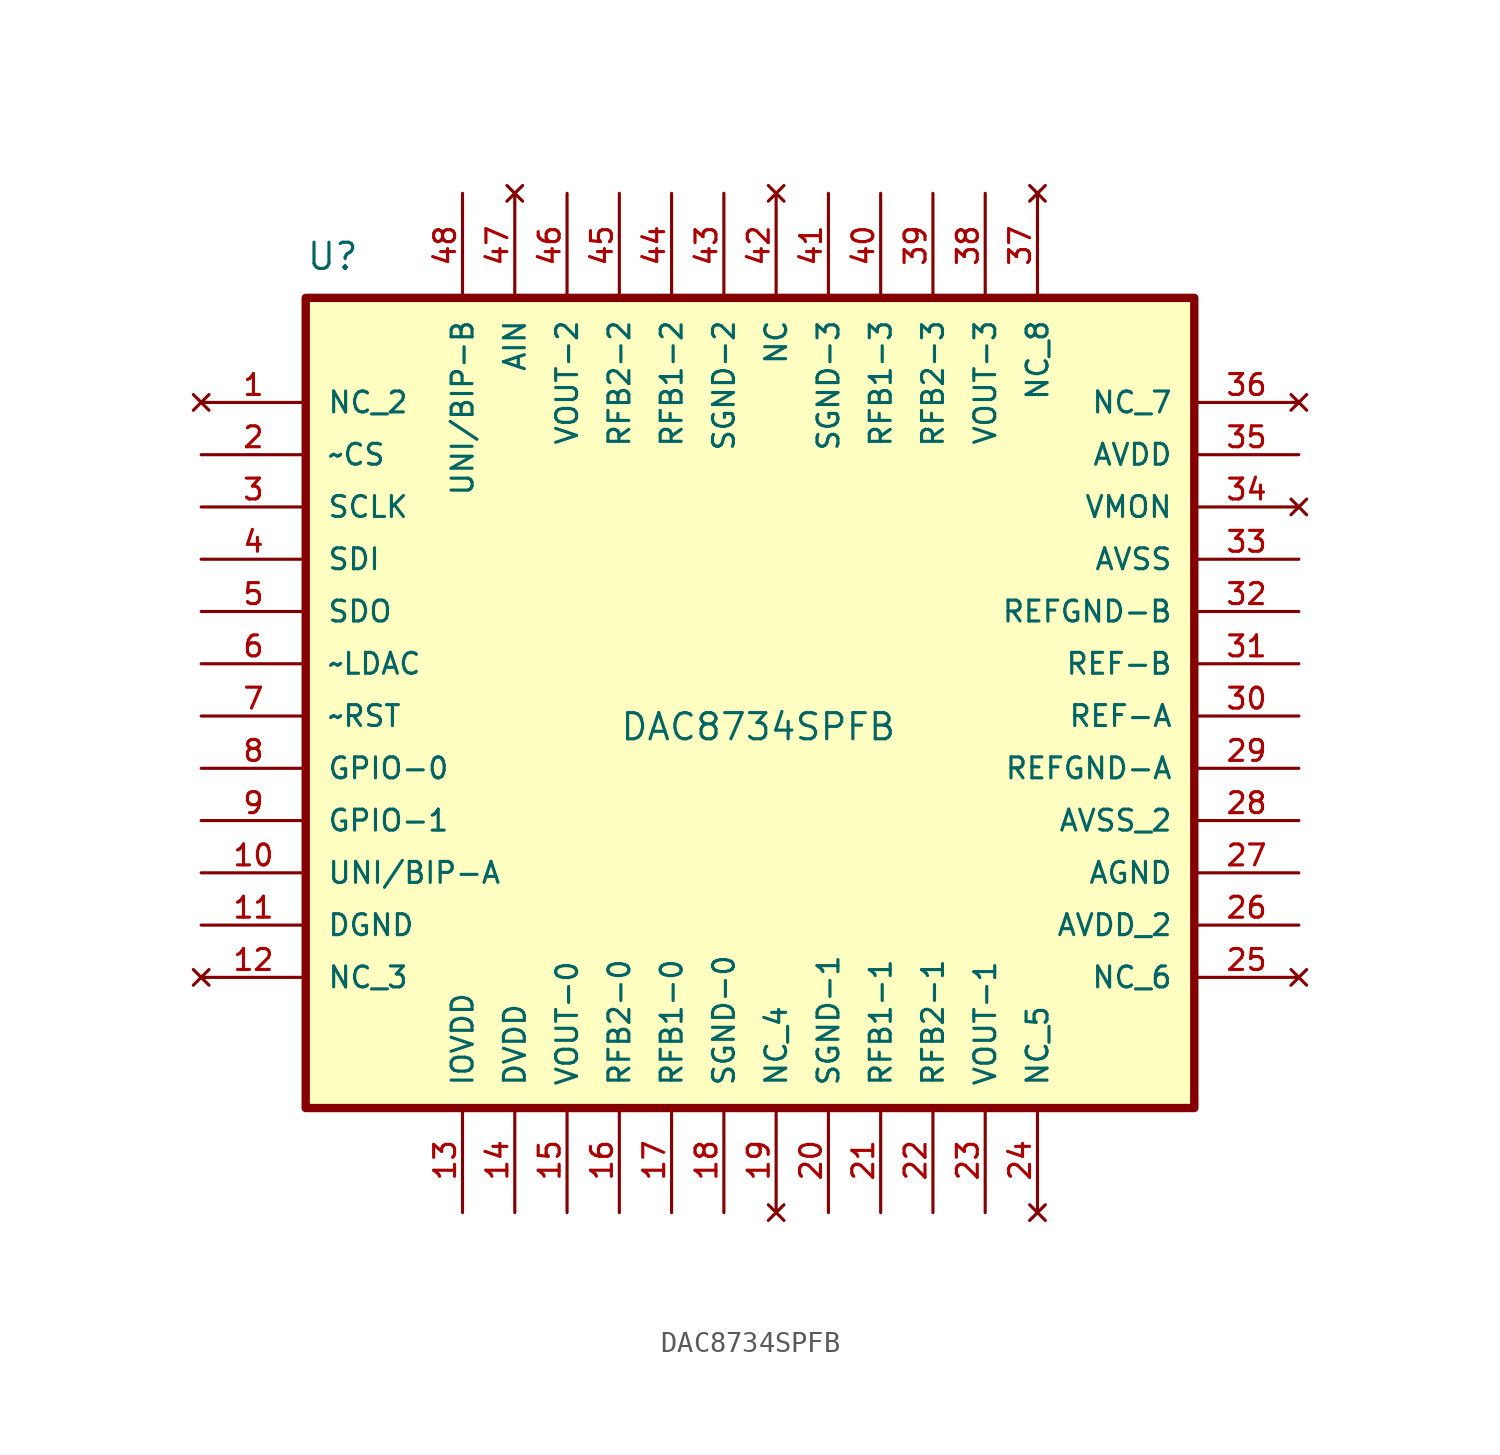
<source format=kicad_sym>
(kicad_symbol_lib
  (version 20231120)
  (generator "kicad_symbol_editor")
  (generator_version "8.0")
  (symbol "DAC8734SPFB"
    (pin_names
      (offset 1.016))
    (property "Reference" "U"
      (at -21.59 21.59 0)
      (effects (font (size 1.27 1.27)) (justify left bottom)))
    (property "Value" "DAC8734SPFB"
      (at -6.35 -1.27 0)
      (effects (font (size 1.27 1.27)) (justify left bottom)))
    (symbol "DAC8734SPFB_0_0"
      (rectangle (start -21.59 20.32) (end 21.59 -19.05) (stroke (width 0.406) (type default)) (fill (type background)))
      (pin no_connect line (at -26.67 15.24 0) (length 5.08) (name "NC_2" (effects (font (size 1.016 1.016)))) (number "1" (effects (font (size 1.016 1.016)))))
      (pin input line (at -26.67 -7.62 0) (length 5.08) (name "UNI/BIP-A" (effects (font (size 1.016 1.016)))) (number "10" (effects (font (size 1.016 1.016)))))
      (pin passive line (at -26.67 -10.16 0) (length 5.08) (name "DGND" (effects (font (size 1.016 1.016)))) (number "11" (effects (font (size 1.016 1.016)))))
      (pin no_connect line (at -26.67 -12.7 0) (length 5.08) (name "NC_3" (effects (font (size 1.016 1.016)))) (number "12" (effects (font (size 1.016 1.016)))))
      (pin power_in line (at -13.97 -24.13 90) (length 5.08) (name "IOVDD" (effects (font (size 1.016 1.016)))) (number "13" (effects (font (size 1.016 1.016)))))
      (pin power_in line (at -11.43 -24.13 90) (length 5.08) (name "DVDD" (effects (font (size 1.016 1.016)))) (number "14" (effects (font (size 1.016 1.016)))))
      (pin output line (at -8.89 -24.13 90) (length 5.08) (name "VOUT-0" (effects (font (size 1.016 1.016)))) (number "15" (effects (font (size 1.016 1.016)))))
      (pin passive line (at -6.35 -24.13 90) (length 5.08) (name "RFB2-0" (effects (font (size 1.016 1.016)))) (number "16" (effects (font (size 1.016 1.016)))))
      (pin passive line (at -3.81 -24.13 90) (length 5.08) (name "RFB1-0" (effects (font (size 1.016 1.016)))) (number "17" (effects (font (size 1.016 1.016)))))
      (pin passive line (at -1.27 -24.13 90) (length 5.08) (name "SGND-0" (effects (font (size 1.016 1.016)))) (number "18" (effects (font (size 1.016 1.016)))))
      (pin no_connect line (at 1.27 -24.13 90) (length 5.08) (name "NC_4" (effects (font (size 1.016 1.016)))) (number "19" (effects (font (size 1.016 1.016)))))
      (pin input line (at -26.67 12.7 0) (length 5.08) (name "~CS" (effects (font (size 1.016 1.016)))) (number "2" (effects (font (size 1.016 1.016)))))
      (pin passive line (at 3.81 -24.13 90) (length 5.08) (name "SGND-1" (effects (font (size 1.016 1.016)))) (number "20" (effects (font (size 1.016 1.016)))))
      (pin passive line (at 6.35 -24.13 90) (length 5.08) (name "RFB1-1" (effects (font (size 1.016 1.016)))) (number "21" (effects (font (size 1.016 1.016)))))
      (pin passive line (at 8.89 -24.13 90) (length 5.08) (name "RFB2-1" (effects (font (size 1.016 1.016)))) (number "22" (effects (font (size 1.016 1.016)))))
      (pin output line (at 11.43 -24.13 90) (length 5.08) (name "VOUT-1" (effects (font (size 1.016 1.016)))) (number "23" (effects (font (size 1.016 1.016)))))
      (pin no_connect line (at 13.97 -24.13 90) (length 5.08) (name "NC_5" (effects (font (size 1.016 1.016)))) (number "24" (effects (font (size 1.016 1.016)))))
      (pin no_connect line (at 26.67 -12.7 180) (length 5.08) (name "NC_6" (effects (font (size 1.016 1.016)))) (number "25" (effects (font (size 1.016 1.016)))))
      (pin power_in line (at 26.67 -10.16 180) (length 5.08) (name "AVDD_2" (effects (font (size 1.016 1.016)))) (number "26" (effects (font (size 1.016 1.016)))))
      (pin passive line (at 26.67 -7.62 180) (length 5.08) (name "AGND" (effects (font (size 1.016 1.016)))) (number "27" (effects (font (size 1.016 1.016)))))
      (pin power_in line (at 26.67 -5.08 180) (length 5.08) (name "AVSS_2" (effects (font (size 1.016 1.016)))) (number "28" (effects (font (size 1.016 1.016)))))
      (pin passive line (at 26.67 -2.54 180) (length 5.08) (name "REFGND-A" (effects (font (size 1.016 1.016)))) (number "29" (effects (font (size 1.016 1.016)))))
      (pin input line (at -26.67 10.16 0) (length 5.08) (name "SCLK" (effects (font (size 1.016 1.016)))) (number "3" (effects (font (size 1.016 1.016)))))
      (pin input line (at 26.67 0 180) (length 5.08) (name "REF-A" (effects (font (size 1.016 1.016)))) (number "30" (effects (font (size 1.016 1.016)))))
      (pin input line (at 26.67 2.54 180) (length 5.08) (name "REF-B" (effects (font (size 1.016 1.016)))) (number "31" (effects (font (size 1.016 1.016)))))
      (pin passive line (at 26.67 5.08 180) (length 5.08) (name "REFGND-B" (effects (font (size 1.016 1.016)))) (number "32" (effects (font (size 1.016 1.016)))))
      (pin power_in line (at 26.67 7.62 180) (length 5.08) (name "AVSS" (effects (font (size 1.016 1.016)))) (number "33" (effects (font (size 1.016 1.016)))))
      (pin power_in line (at 26.67 12.7 180) (length 5.08) (name "AVDD" (effects (font (size 1.016 1.016)))) (number "35" (effects (font (size 1.016 1.016)))))
      (pin no_connect line (at 26.67 15.24 180) (length 5.08) (name "NC_7" (effects (font (size 1.016 1.016)))) (number "36" (effects (font (size 1.016 1.016)))))
      (pin no_connect line (at 13.97 25.4 270) (length 5.08) (name "NC_8" (effects (font (size 1.016 1.016)))) (number "37" (effects (font (size 1.016 1.016)))))
      (pin output line (at 11.43 25.4 270) (length 5.08) (name "VOUT-3" (effects (font (size 1.016 1.016)))) (number "38" (effects (font (size 1.016 1.016)))))
      (pin passive line (at 8.89 25.4 270) (length 5.08) (name "RFB2-3" (effects (font (size 1.016 1.016)))) (number "39" (effects (font (size 1.016 1.016)))))
      (pin input line (at -26.67 7.62 0) (length 5.08) (name "SDI" (effects (font (size 1.016 1.016)))) (number "4" (effects (font (size 1.016 1.016)))))
      (pin passive line (at 6.35 25.4 270) (length 5.08) (name "RFB1-3" (effects (font (size 1.016 1.016)))) (number "40" (effects (font (size 1.016 1.016)))))
      (pin passive line (at 3.81 25.4 270) (length 5.08) (name "SGND-3" (effects (font (size 1.016 1.016)))) (number "41" (effects (font (size 1.016 1.016)))))
      (pin no_connect line (at 1.27 25.4 270) (length 5.08) (name "NC" (effects (font (size 1.016 1.016)))) (number "42" (effects (font (size 1.016 1.016)))))
      (pin passive line (at -1.27 25.4 270) (length 5.08) (name "SGND-2" (effects (font (size 1.016 1.016)))) (number "43" (effects (font (size 1.016 1.016)))))
      (pin passive line (at -3.81 25.4 270) (length 5.08) (name "RFB1-2" (effects (font (size 1.016 1.016)))) (number "44" (effects (font (size 1.016 1.016)))))
      (pin passive line (at -6.35 25.4 270) (length 5.08) (name "RFB2-2" (effects (font (size 1.016 1.016)))) (number "45" (effects (font (size 1.016 1.016)))))
      (pin output line (at -8.89 25.4 270) (length 5.08) (name "VOUT-2" (effects (font (size 1.016 1.016)))) (number "46" (effects (font (size 1.016 1.016)))))
      (pin input line (at -13.97 25.4 270) (length 5.08) (name "UNI/BIP-B" (effects (font (size 1.016 1.016)))) (number "48" (effects (font (size 1.016 1.016)))))
      (pin output line (at -26.67 5.08 0) (length 5.08) (name "SDO" (effects (font (size 1.016 1.016)))) (number "5" (effects (font (size 1.016 1.016)))))
      (pin input line (at -26.67 2.54 0) (length 5.08) (name "~LDAC" (effects (font (size 1.016 1.016)))) (number "6" (effects (font (size 1.016 1.016)))))
      (pin input line (at -26.67 0 0) (length 5.08) (name "~RST" (effects (font (size 1.016 1.016)))) (number "7" (effects (font (size 1.016 1.016)))))
      (pin bidirectional line (at -26.67 -2.54 0) (length 5.08) (name "GPIO-0" (effects (font (size 1.016 1.016)))) (number "8" (effects (font (size 1.016 1.016)))))
      (pin bidirectional line (at -26.67 -5.08 0) (length 5.08) (name "GPIO-1" (effects (font (size 1.016 1.016)))) (number "9" (effects (font (size 1.016 1.016))))))
    (symbol "DAC8734SPFB_1_0"
      (pin no_connect line (at 26.67 10.16 180) (length 5.08) (name "VMON" (effects (font (size 1.016 1.016)))) (number "34" (effects (font (size 1.016 1.016)))))
      (pin no_connect line (at -11.43 25.4 270) (length 5.08) (name "AIN" (effects (font (size 1.016 1.016)))) (number "47" (effects (font (size 1.016 1.016))))))))
</source>
